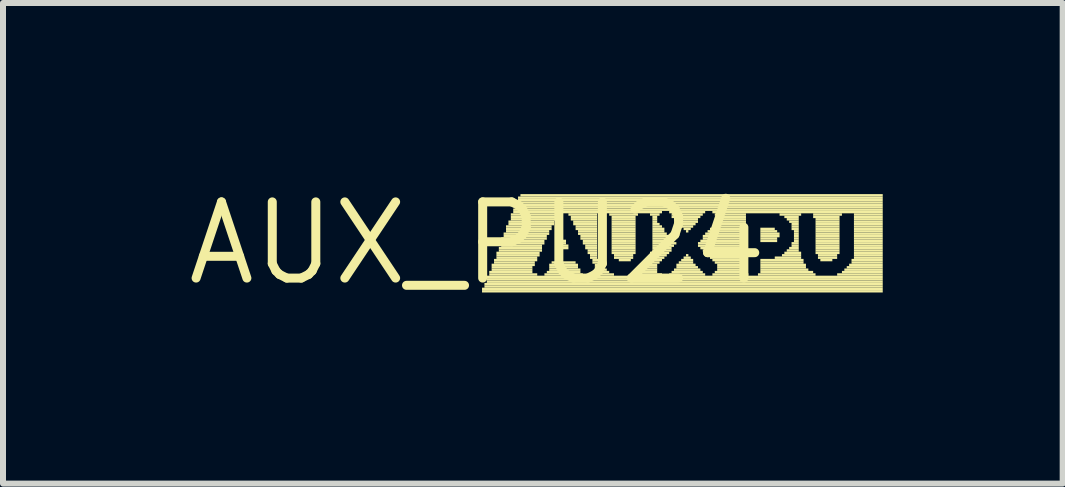
<source format=kicad_pcb>
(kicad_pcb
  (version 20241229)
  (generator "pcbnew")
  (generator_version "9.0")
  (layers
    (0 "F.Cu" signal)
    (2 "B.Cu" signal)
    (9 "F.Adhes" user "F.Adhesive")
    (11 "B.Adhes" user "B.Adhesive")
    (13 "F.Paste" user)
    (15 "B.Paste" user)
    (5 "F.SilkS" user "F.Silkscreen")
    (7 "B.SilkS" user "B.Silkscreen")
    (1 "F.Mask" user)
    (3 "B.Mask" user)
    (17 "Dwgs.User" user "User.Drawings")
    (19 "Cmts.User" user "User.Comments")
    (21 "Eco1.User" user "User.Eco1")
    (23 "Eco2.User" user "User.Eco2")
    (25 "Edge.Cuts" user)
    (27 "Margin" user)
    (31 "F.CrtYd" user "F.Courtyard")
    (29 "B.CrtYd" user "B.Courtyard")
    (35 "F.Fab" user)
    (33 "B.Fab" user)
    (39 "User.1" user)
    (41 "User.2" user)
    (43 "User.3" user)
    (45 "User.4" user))
  (footprint "AUX_PU24"
    (layer "F.Cu")
    (at 4.906 1.006)
    (property "Reference" "AUX_PU24" (at 0 0 0) (layer "F.SilkS") (effects (font (size 1.27 1.27) (thickness 0.15))))
    (attr through_hole)
    (fp_poly (pts (xy 0.08 0.78) (xy 6.76 0.78) (xy 6.76 0.74) (xy 0.08 0.74)) (stroke (width 0) (type solid)) (fill yes) (layer "F.SilkS"))
    (fp_poly (pts (xy 0.08 0.82) (xy 6.76 0.82) (xy 6.76 0.78) (xy 0.08 0.78)) (stroke (width 0) (type solid)) (fill yes) (layer "F.SilkS"))
    (fp_poly (pts (xy 0.12 0.7) (xy 6.76 0.7) (xy 6.76 0.66) (xy 0.12 0.66)) (stroke (width 0) (type solid)) (fill yes) (layer "F.SilkS"))
    (fp_poly (pts (xy 0.12 0.74) (xy 6.76 0.74) (xy 6.76 0.7) (xy 0.12 0.7)) (stroke (width 0) (type solid)) (fill yes) (layer "F.SilkS"))
    (fp_poly (pts (xy 0.16 0.58) (xy 6.76 0.58) (xy 6.76 0.54) (xy 0.16 0.54)) (stroke (width 0) (type solid)) (fill yes) (layer "F.SilkS"))
    (fp_poly (pts (xy 0.16 0.62) (xy 6.76 0.62) (xy 6.76 0.58) (xy 0.16 0.58)) (stroke (width 0) (type solid)) (fill yes) (layer "F.SilkS"))
    (fp_poly (pts (xy 0.16 0.66) (xy 6.76 0.66) (xy 6.76 0.62) (xy 0.16 0.62)) (stroke (width 0) (type solid)) (fill yes) (layer "F.SilkS"))
    (fp_poly (pts (xy 0.2 0.5) (xy 0.92 0.5) (xy 0.92 0.46) (xy 0.2 0.46)) (stroke (width 0) (type solid)) (fill yes) (layer "F.SilkS"))
    (fp_poly (pts (xy 0.2 0.54) (xy 1 0.54) (xy 1 0.5) (xy 0.2 0.5)) (stroke (width 0) (type solid)) (fill yes) (layer "F.SilkS"))
    (fp_poly (pts (xy 0.24 0.38) (xy 0.96 0.38) (xy 0.96 0.34) (xy 0.24 0.34)) (stroke (width 0) (type solid)) (fill yes) (layer "F.SilkS"))
    (fp_poly (pts (xy 0.24 0.42) (xy 0.92 0.42) (xy 0.92 0.38) (xy 0.24 0.38)) (stroke (width 0) (type solid)) (fill yes) (layer "F.SilkS"))
    (fp_poly (pts (xy 0.24 0.46) (xy 0.92 0.46) (xy 0.92 0.42) (xy 0.24 0.42)) (stroke (width 0) (type solid)) (fill yes) (layer "F.SilkS"))
    (fp_poly (pts (xy 0.28 0.3) (xy 1 0.3) (xy 1 0.26) (xy 0.28 0.26)) (stroke (width 0) (type solid)) (fill yes) (layer "F.SilkS"))
    (fp_poly (pts (xy 0.28 0.34) (xy 0.96 0.34) (xy 0.96 0.3) (xy 0.28 0.3)) (stroke (width 0) (type solid)) (fill yes) (layer "F.SilkS"))
    (fp_poly (pts (xy 0.32 0.18) (xy 1.04 0.18) (xy 1.04 0.14) (xy 0.32 0.14)) (stroke (width 0) (type solid)) (fill yes) (layer "F.SilkS"))
    (fp_poly (pts (xy 0.32 0.22) (xy 1.04 0.22) (xy 1.04 0.18) (xy 0.32 0.18)) (stroke (width 0) (type solid)) (fill yes) (layer "F.SilkS"))
    (fp_poly (pts (xy 0.32 0.26) (xy 1 0.26) (xy 1 0.22) (xy 0.32 0.22)) (stroke (width 0) (type solid)) (fill yes) (layer "F.SilkS"))
    (fp_poly (pts (xy 0.36 0.1) (xy 1.08 0.1) (xy 1.08 0.06) (xy 0.36 0.06)) (stroke (width 0) (type solid)) (fill yes) (layer "F.SilkS"))
    (fp_poly (pts (xy 0.36 0.14) (xy 1.08 0.14) (xy 1.08 0.1) (xy 0.36 0.1)) (stroke (width 0) (type solid)) (fill yes) (layer "F.SilkS"))
    (fp_poly (pts (xy 0.4 -0.06) (xy 1.16 -0.06) (xy 1.16 -0.1) (xy 0.4 -0.1)) (stroke (width 0) (type solid)) (fill yes) (layer "F.SilkS"))
    (fp_poly (pts (xy 0.4 -0.02) (xy 1.12 -0.02) (xy 1.12 -0.06) (xy 0.4 -0.06)) (stroke (width 0) (type solid)) (fill yes) (layer "F.SilkS"))
    (fp_poly (pts (xy 0.4 0.02) (xy 1.12 0.02) (xy 1.12 -0.02) (xy 0.4 -0.02)) (stroke (width 0) (type solid)) (fill yes) (layer "F.SilkS"))
    (fp_poly (pts (xy 0.4 0.06) (xy 1.08 0.06) (xy 1.08 0.02) (xy 0.4 0.02)) (stroke (width 0) (type solid)) (fill yes) (layer "F.SilkS"))
    (fp_poly (pts (xy 0.44 -0.14) (xy 1.2 -0.14) (xy 1.2 -0.18) (xy 0.44 -0.18)) (stroke (width 0) (type solid)) (fill yes) (layer "F.SilkS"))
    (fp_poly (pts (xy 0.44 -0.1) (xy 1.16 -0.1) (xy 1.16 -0.14) (xy 0.44 -0.14)) (stroke (width 0) (type solid)) (fill yes) (layer "F.SilkS"))
    (fp_poly (pts (xy 0.48 -0.26) (xy 1.24 -0.26) (xy 1.24 -0.3) (xy 0.48 -0.3)) (stroke (width 0) (type solid)) (fill yes) (layer "F.SilkS"))
    (fp_poly (pts (xy 0.48 -0.22) (xy 1.24 -0.22) (xy 1.24 -0.26) (xy 0.48 -0.26)) (stroke (width 0) (type solid)) (fill yes) (layer "F.SilkS"))
    (fp_poly (pts (xy 0.48 -0.18) (xy 1.2 -0.18) (xy 1.2 -0.22) (xy 0.48 -0.22)) (stroke (width 0) (type solid)) (fill yes) (layer "F.SilkS"))
    (fp_poly (pts (xy 0.52 -0.34) (xy 1.28 -0.34) (xy 1.28 -0.38) (xy 0.52 -0.38)) (stroke (width 0) (type solid)) (fill yes) (layer "F.SilkS"))
    (fp_poly (pts (xy 0.52 -0.3) (xy 1.28 -0.3) (xy 1.28 -0.34) (xy 0.52 -0.34)) (stroke (width 0) (type solid)) (fill yes) (layer "F.SilkS"))
    (fp_poly (pts (xy 0.56 -0.46) (xy 1.36 -0.46) (xy 1.36 -0.5) (xy 0.56 -0.5)) (stroke (width 0) (type solid)) (fill yes) (layer "F.SilkS"))
    (fp_poly (pts (xy 0.56 -0.42) (xy 1.32 -0.42) (xy 1.32 -0.46) (xy 0.56 -0.46)) (stroke (width 0) (type solid)) (fill yes) (layer "F.SilkS"))
    (fp_poly (pts (xy 0.56 -0.38) (xy 1.32 -0.38) (xy 1.32 -0.42) (xy 0.56 -0.42)) (stroke (width 0) (type solid)) (fill yes) (layer "F.SilkS"))
    (fp_poly (pts (xy 0.6 -0.54) (xy 6.76 -0.54) (xy 6.76 -0.58) (xy 0.6 -0.58)) (stroke (width 0) (type solid)) (fill yes) (layer "F.SilkS"))
    (fp_poly (pts (xy 0.6 -0.5) (xy 3.08 -0.5) (xy 3.08 -0.54) (xy 0.6 -0.54)) (stroke (width 0) (type solid)) (fill yes) (layer "F.SilkS"))
    (fp_poly (pts (xy 0.64 -0.66) (xy 6.76 -0.66) (xy 6.76 -0.7) (xy 0.64 -0.7)) (stroke (width 0) (type solid)) (fill yes) (layer "F.SilkS"))
    (fp_poly (pts (xy 0.64 -0.62) (xy 6.76 -0.62) (xy 6.76 -0.66) (xy 0.64 -0.66)) (stroke (width 0) (type solid)) (fill yes) (layer "F.SilkS"))
    (fp_poly (pts (xy 0.64 -0.58) (xy 6.76 -0.58) (xy 6.76 -0.62) (xy 0.64 -0.62)) (stroke (width 0) (type solid)) (fill yes) (layer "F.SilkS"))
    (fp_poly (pts (xy 0.68 -0.74) (xy 6.76 -0.74) (xy 6.76 -0.78) (xy 0.68 -0.78)) (stroke (width 0) (type solid)) (fill yes) (layer "F.SilkS"))
    (fp_poly (pts (xy 0.68 -0.7) (xy 6.76 -0.7) (xy 6.76 -0.74) (xy 0.68 -0.74)) (stroke (width 0) (type solid)) (fill yes) (layer "F.SilkS"))
    (fp_poly (pts (xy 0.72 -0.78) (xy 6.76 -0.78) (xy 6.76 -0.82) (xy 0.72 -0.82)) (stroke (width 0) (type solid)) (fill yes) (layer "F.SilkS"))
    (fp_poly (pts (xy 1.12 0.54) (xy 1.76 0.54) (xy 1.76 0.5) (xy 1.12 0.5)) (stroke (width 0) (type solid)) (fill yes) (layer "F.SilkS"))
    (fp_poly (pts (xy 1.16 0.5) (xy 1.72 0.5) (xy 1.72 0.46) (xy 1.16 0.46)) (stroke (width 0) (type solid)) (fill yes) (layer "F.SilkS"))
    (fp_poly (pts (xy 1.2 0.38) (xy 1.68 0.38) (xy 1.68 0.34) (xy 1.2 0.34)) (stroke (width 0) (type solid)) (fill yes) (layer "F.SilkS"))
    (fp_poly (pts (xy 1.2 0.42) (xy 1.68 0.42) (xy 1.68 0.38) (xy 1.2 0.38)) (stroke (width 0) (type solid)) (fill yes) (layer "F.SilkS"))
    (fp_poly (pts (xy 1.2 0.46) (xy 1.72 0.46) (xy 1.72 0.42) (xy 1.2 0.42)) (stroke (width 0) (type solid)) (fill yes) (layer "F.SilkS"))
    (fp_poly (pts (xy 1.24 0.34) (xy 1.64 0.34) (xy 1.64 0.3) (xy 1.24 0.3)) (stroke (width 0) (type solid)) (fill yes) (layer "F.SilkS"))
    (fp_poly (pts (xy 1.36 0.06) (xy 1.52 0.06) (xy 1.52 0.02) (xy 1.36 0.02)) (stroke (width 0) (type solid)) (fill yes) (layer "F.SilkS"))
    (fp_poly (pts (xy 1.36 0.1) (xy 1.52 0.1) (xy 1.52 0.06) (xy 1.36 0.06)) (stroke (width 0) (type solid)) (fill yes) (layer "F.SilkS"))
    (fp_poly (pts (xy 1.4 -0.02) (xy 1.48 -0.02) (xy 1.48 -0.06) (xy 1.4 -0.06)) (stroke (width 0) (type solid)) (fill yes) (layer "F.SilkS"))
    (fp_poly (pts (xy 1.4 0.02) (xy 1.48 0.02) (xy 1.48 -0.02) (xy 1.4 -0.02)) (stroke (width 0) (type solid)) (fill yes) (layer "F.SilkS"))
    (fp_poly (pts (xy 1.52 -0.46) (xy 2 -0.46) (xy 2 -0.5) (xy 1.52 -0.5)) (stroke (width 0) (type solid)) (fill yes) (layer "F.SilkS"))
    (fp_poly (pts (xy 1.56 -0.42) (xy 2 -0.42) (xy 2 -0.46) (xy 1.56 -0.46)) (stroke (width 0) (type solid)) (fill yes) (layer "F.SilkS"))
    (fp_poly (pts (xy 1.56 -0.38) (xy 2 -0.38) (xy 2 -0.42) (xy 1.56 -0.42)) (stroke (width 0) (type solid)) (fill yes) (layer "F.SilkS"))
    (fp_poly (pts (xy 1.6 -0.34) (xy 2 -0.34) (xy 2 -0.38) (xy 1.6 -0.38)) (stroke (width 0) (type solid)) (fill yes) (layer "F.SilkS"))
    (fp_poly (pts (xy 1.6 -0.3) (xy 2 -0.3) (xy 2 -0.34) (xy 1.6 -0.34)) (stroke (width 0) (type solid)) (fill yes) (layer "F.SilkS"))
    (fp_poly (pts (xy 1.64 -0.26) (xy 2 -0.26) (xy 2 -0.3) (xy 1.64 -0.3)) (stroke (width 0) (type solid)) (fill yes) (layer "F.SilkS"))
    (fp_poly (pts (xy 1.64 -0.22) (xy 2 -0.22) (xy 2 -0.26) (xy 1.64 -0.26)) (stroke (width 0) (type solid)) (fill yes) (layer "F.SilkS"))
    (fp_poly (pts (xy 1.68 -0.18) (xy 2 -0.18) (xy 2 -0.22) (xy 1.68 -0.22)) (stroke (width 0) (type solid)) (fill yes) (layer "F.SilkS"))
    (fp_poly (pts (xy 1.68 -0.14) (xy 2 -0.14) (xy 2 -0.18) (xy 1.68 -0.18)) (stroke (width 0) (type solid)) (fill yes) (layer "F.SilkS"))
    (fp_poly (pts (xy 1.72 -0.1) (xy 2 -0.1) (xy 2 -0.14) (xy 1.72 -0.14)) (stroke (width 0) (type solid)) (fill yes) (layer "F.SilkS"))
    (fp_poly (pts (xy 1.72 -0.06) (xy 2 -0.06) (xy 2 -0.1) (xy 1.72 -0.1)) (stroke (width 0) (type solid)) (fill yes) (layer "F.SilkS"))
    (fp_poly (pts (xy 1.76 -0.02) (xy 2 -0.02) (xy 2 -0.06) (xy 1.76 -0.06)) (stroke (width 0) (type solid)) (fill yes) (layer "F.SilkS"))
    (fp_poly (pts (xy 1.76 0.02) (xy 2 0.02) (xy 2 -0.02) (xy 1.76 -0.02)) (stroke (width 0) (type solid)) (fill yes) (layer "F.SilkS"))
    (fp_poly (pts (xy 1.8 0.06) (xy 2 0.06) (xy 2 0.02) (xy 1.8 0.02)) (stroke (width 0) (type solid)) (fill yes) (layer "F.SilkS"))
    (fp_poly (pts (xy 1.8 0.1) (xy 2 0.1) (xy 2 0.06) (xy 1.8 0.06)) (stroke (width 0) (type solid)) (fill yes) (layer "F.SilkS"))
    (fp_poly (pts (xy 1.84 0.14) (xy 2 0.14) (xy 2 0.1) (xy 1.84 0.1)) (stroke (width 0) (type solid)) (fill yes) (layer "F.SilkS"))
    (fp_poly (pts (xy 1.84 0.18) (xy 2 0.18) (xy 2 0.14) (xy 1.84 0.14)) (stroke (width 0) (type solid)) (fill yes) (layer "F.SilkS"))
    (fp_poly (pts (xy 1.88 0.22) (xy 2 0.22) (xy 2 0.18) (xy 1.88 0.18)) (stroke (width 0) (type solid)) (fill yes) (layer "F.SilkS"))
    (fp_poly (pts (xy 1.88 0.26) (xy 2 0.26) (xy 2 0.22) (xy 1.88 0.22)) (stroke (width 0) (type solid)) (fill yes) (layer "F.SilkS"))
    (fp_poly (pts (xy 1.92 0.3) (xy 2.04 0.3) (xy 2.04 0.26) (xy 1.92 0.26)) (stroke (width 0) (type solid)) (fill yes) (layer "F.SilkS"))
    (fp_poly (pts (xy 1.92 0.34) (xy 2.04 0.34) (xy 2.04 0.3) (xy 1.92 0.3)) (stroke (width 0) (type solid)) (fill yes) (layer "F.SilkS"))
    (fp_poly (pts (xy 1.92 0.54) (xy 2.28 0.54) (xy 2.28 0.5) (xy 1.92 0.5)) (stroke (width 0) (type solid)) (fill yes) (layer "F.SilkS"))
    (fp_poly (pts (xy 1.96 0.38) (xy 2.08 0.38) (xy 2.08 0.34) (xy 1.96 0.34)) (stroke (width 0) (type solid)) (fill yes) (layer "F.SilkS"))
    (fp_poly (pts (xy 1.96 0.42) (xy 2.12 0.42) (xy 2.12 0.38) (xy 1.96 0.38)) (stroke (width 0) (type solid)) (fill yes) (layer "F.SilkS"))
    (fp_poly (pts (xy 1.96 0.46) (xy 2.16 0.46) (xy 2.16 0.42) (xy 1.96 0.42)) (stroke (width 0) (type solid)) (fill yes) (layer "F.SilkS"))
    (fp_poly (pts (xy 1.96 0.5) (xy 2.2 0.5) (xy 2.2 0.46) (xy 1.96 0.46)) (stroke (width 0) (type solid)) (fill yes) (layer "F.SilkS"))
    (fp_poly (pts (xy 2.2 -0.46) (xy 2.68 -0.46) (xy 2.68 -0.5) (xy 2.2 -0.5)) (stroke (width 0) (type solid)) (fill yes) (layer "F.SilkS"))
    (fp_poly (pts (xy 2.24 -0.42) (xy 2.64 -0.42) (xy 2.64 -0.46) (xy 2.24 -0.46)) (stroke (width 0) (type solid)) (fill yes) (layer "F.SilkS"))
    (fp_poly (pts (xy 2.24 -0.38) (xy 2.64 -0.38) (xy 2.64 -0.42) (xy 2.24 -0.42)) (stroke (width 0) (type solid)) (fill yes) (layer "F.SilkS"))
    (fp_poly (pts (xy 2.24 -0.34) (xy 2.64 -0.34) (xy 2.64 -0.38) (xy 2.24 -0.38)) (stroke (width 0) (type solid)) (fill yes) (layer "F.SilkS"))
    (fp_poly (pts (xy 2.24 -0.3) (xy 2.64 -0.3) (xy 2.64 -0.34) (xy 2.24 -0.34)) (stroke (width 0) (type solid)) (fill yes) (layer "F.SilkS"))
    (fp_poly (pts (xy 2.24 -0.26) (xy 2.64 -0.26) (xy 2.64 -0.3) (xy 2.24 -0.3)) (stroke (width 0) (type solid)) (fill yes) (layer "F.SilkS"))
    (fp_poly (pts (xy 2.24 -0.22) (xy 2.64 -0.22) (xy 2.64 -0.26) (xy 2.24 -0.26)) (stroke (width 0) (type solid)) (fill yes) (layer "F.SilkS"))
    (fp_poly (pts (xy 2.24 -0.18) (xy 2.64 -0.18) (xy 2.64 -0.22) (xy 2.24 -0.22)) (stroke (width 0) (type solid)) (fill yes) (layer "F.SilkS"))
    (fp_poly (pts (xy 2.24 -0.14) (xy 2.64 -0.14) (xy 2.64 -0.18) (xy 2.24 -0.18)) (stroke (width 0) (type solid)) (fill yes) (layer "F.SilkS"))
    (fp_poly (pts (xy 2.24 -0.1) (xy 2.64 -0.1) (xy 2.64 -0.14) (xy 2.24 -0.14)) (stroke (width 0) (type solid)) (fill yes) (layer "F.SilkS"))
    (fp_poly (pts (xy 2.24 -0.06) (xy 2.64 -0.06) (xy 2.64 -0.1) (xy 2.24 -0.1)) (stroke (width 0) (type solid)) (fill yes) (layer "F.SilkS"))
    (fp_poly (pts (xy 2.24 -0.02) (xy 2.64 -0.02) (xy 2.64 -0.06) (xy 2.24 -0.06)) (stroke (width 0) (type solid)) (fill yes) (layer "F.SilkS"))
    (fp_poly (pts (xy 2.24 0.02) (xy 2.64 0.02) (xy 2.64 -0.02) (xy 2.24 -0.02)) (stroke (width 0) (type solid)) (fill yes) (layer "F.SilkS"))
    (fp_poly (pts (xy 2.24 0.06) (xy 2.64 0.06) (xy 2.64 0.02) (xy 2.24 0.02)) (stroke (width 0) (type solid)) (fill yes) (layer "F.SilkS"))
    (fp_poly (pts (xy 2.24 0.1) (xy 2.64 0.1) (xy 2.64 0.06) (xy 2.24 0.06)) (stroke (width 0) (type solid)) (fill yes) (layer "F.SilkS"))
    (fp_poly (pts (xy 2.24 0.14) (xy 2.64 0.14) (xy 2.64 0.1) (xy 2.24 0.1)) (stroke (width 0) (type solid)) (fill yes) (layer "F.SilkS"))
    (fp_poly (pts (xy 2.24 0.18) (xy 2.64 0.18) (xy 2.64 0.14) (xy 2.24 0.14)) (stroke (width 0) (type solid)) (fill yes) (layer "F.SilkS"))
    (fp_poly (pts (xy 2.28 0.22) (xy 2.6 0.22) (xy 2.6 0.18) (xy 2.28 0.18)) (stroke (width 0) (type solid)) (fill yes) (layer "F.SilkS"))
    (fp_poly (pts (xy 2.28 0.26) (xy 2.6 0.26) (xy 2.6 0.22) (xy 2.28 0.22)) (stroke (width 0) (type solid)) (fill yes) (layer "F.SilkS"))
    (fp_poly (pts (xy 2.36 0.3) (xy 2.56 0.3) (xy 2.56 0.26) (xy 2.36 0.26)) (stroke (width 0) (type solid)) (fill yes) (layer "F.SilkS"))
    (fp_poly (pts (xy 2.64 0.54) (xy 3.08 0.54) (xy 3.08 0.5) (xy 2.64 0.5)) (stroke (width 0) (type solid)) (fill yes) (layer "F.SilkS"))
    (fp_poly (pts (xy 2.68 0.5) (xy 3 0.5) (xy 3 0.46) (xy 2.68 0.46)) (stroke (width 0) (type solid)) (fill yes) (layer "F.SilkS"))
    (fp_poly (pts (xy 2.76 0.46) (xy 3 0.46) (xy 3 0.42) (xy 2.76 0.42)) (stroke (width 0) (type solid)) (fill yes) (layer "F.SilkS"))
    (fp_poly (pts (xy 2.8 0.38) (xy 3 0.38) (xy 3 0.34) (xy 2.8 0.34)) (stroke (width 0) (type solid)) (fill yes) (layer "F.SilkS"))
    (fp_poly (pts (xy 2.8 0.42) (xy 3 0.42) (xy 3 0.38) (xy 2.8 0.38)) (stroke (width 0) (type solid)) (fill yes) (layer "F.SilkS"))
    (fp_poly (pts (xy 2.84 0.3) (xy 3.08 0.3) (xy 3.08 0.26) (xy 2.84 0.26)) (stroke (width 0) (type solid)) (fill yes) (layer "F.SilkS"))
    (fp_poly (pts (xy 2.84 0.34) (xy 3.04 0.34) (xy 3.04 0.3) (xy 2.84 0.3)) (stroke (width 0) (type solid)) (fill yes) (layer "F.SilkS"))
    (fp_poly (pts (xy 2.88 -0.46) (xy 3.04 -0.46) (xy 3.04 -0.5) (xy 2.88 -0.5)) (stroke (width 0) (type solid)) (fill yes) (layer "F.SilkS"))
    (fp_poly (pts (xy 2.88 0.18) (xy 3.2 0.18) (xy 3.2 0.14) (xy 2.88 0.14)) (stroke (width 0) (type solid)) (fill yes) (layer "F.SilkS"))
    (fp_poly (pts (xy 2.88 0.22) (xy 3.16 0.22) (xy 3.16 0.18) (xy 2.88 0.18)) (stroke (width 0) (type solid)) (fill yes) (layer "F.SilkS"))
    (fp_poly (pts (xy 2.88 0.26) (xy 3.12 0.26) (xy 3.12 0.22) (xy 2.88 0.22)) (stroke (width 0) (type solid)) (fill yes) (layer "F.SilkS"))
    (fp_poly (pts (xy 2.92 -0.42) (xy 3 -0.42) (xy 3 -0.46) (xy 2.92 -0.46)) (stroke (width 0) (type solid)) (fill yes) (layer "F.SilkS"))
    (fp_poly (pts (xy 2.92 -0.38) (xy 3 -0.38) (xy 3 -0.42) (xy 2.92 -0.42)) (stroke (width 0) (type solid)) (fill yes) (layer "F.SilkS"))
    (fp_poly (pts (xy 2.92 -0.34) (xy 3 -0.34) (xy 3 -0.38) (xy 2.92 -0.38)) (stroke (width 0) (type solid)) (fill yes) (layer "F.SilkS"))
    (fp_poly (pts (xy 2.92 -0.3) (xy 3.04 -0.3) (xy 3.04 -0.34) (xy 2.92 -0.34)) (stroke (width 0) (type solid)) (fill yes) (layer "F.SilkS"))
    (fp_poly (pts (xy 2.92 -0.26) (xy 3.08 -0.26) (xy 3.08 -0.3) (xy 2.92 -0.3)) (stroke (width 0) (type solid)) (fill yes) (layer "F.SilkS"))
    (fp_poly (pts (xy 2.92 -0.22) (xy 3.12 -0.22) (xy 3.12 -0.26) (xy 2.92 -0.26)) (stroke (width 0) (type solid)) (fill yes) (layer "F.SilkS"))
    (fp_poly (pts (xy 2.92 -0.18) (xy 3.12 -0.18) (xy 3.12 -0.22) (xy 2.92 -0.22)) (stroke (width 0) (type solid)) (fill yes) (layer "F.SilkS"))
    (fp_poly (pts (xy 2.92 -0.14) (xy 3.16 -0.14) (xy 3.16 -0.18) (xy 2.92 -0.18)) (stroke (width 0) (type solid)) (fill yes) (layer "F.SilkS"))
    (fp_poly (pts (xy 2.92 -0.1) (xy 3.2 -0.1) (xy 3.2 -0.14) (xy 2.92 -0.14)) (stroke (width 0) (type solid)) (fill yes) (layer "F.SilkS"))
    (fp_poly (pts (xy 2.92 -0.06) (xy 3.24 -0.06) (xy 3.24 -0.1) (xy 2.92 -0.1)) (stroke (width 0) (type solid)) (fill yes) (layer "F.SilkS"))
    (fp_poly (pts (xy 2.92 -0.02) (xy 3.28 -0.02) (xy 3.28 -0.06) (xy 2.92 -0.06)) (stroke (width 0) (type solid)) (fill yes) (layer "F.SilkS"))
    (fp_poly (pts (xy 2.92 0.02) (xy 3.32 0.02) (xy 3.32 -0.02) (xy 2.92 -0.02)) (stroke (width 0) (type solid)) (fill yes) (layer "F.SilkS"))
    (fp_poly (pts (xy 2.92 0.06) (xy 3.28 0.06) (xy 3.28 0.02) (xy 2.92 0.02)) (stroke (width 0) (type solid)) (fill yes) (layer "F.SilkS"))
    (fp_poly (pts (xy 2.92 0.1) (xy 3.24 0.1) (xy 3.24 0.06) (xy 2.92 0.06)) (stroke (width 0) (type solid)) (fill yes) (layer "F.SilkS"))
    (fp_poly (pts (xy 2.92 0.14) (xy 3.24 0.14) (xy 3.24 0.1) (xy 2.92 0.1)) (stroke (width 0) (type solid)) (fill yes) (layer "F.SilkS"))
    (fp_poly (pts (xy 3.2 -0.5) (xy 3.8 -0.5) (xy 3.8 -0.54) (xy 3.2 -0.54)) (stroke (width 0) (type solid)) (fill yes) (layer "F.SilkS"))
    (fp_poly (pts (xy 3.2 0.54) (xy 3.8 0.54) (xy 3.8 0.5) (xy 3.2 0.5)) (stroke (width 0) (type solid)) (fill yes) (layer "F.SilkS"))
    (fp_poly (pts (xy 3.24 -0.46) (xy 3.76 -0.46) (xy 3.76 -0.5) (xy 3.24 -0.5)) (stroke (width 0) (type solid)) (fill yes) (layer "F.SilkS"))
    (fp_poly (pts (xy 3.24 -0.42) (xy 3.72 -0.42) (xy 3.72 -0.46) (xy 3.24 -0.46)) (stroke (width 0) (type solid)) (fill yes) (layer "F.SilkS"))
    (fp_poly (pts (xy 3.24 0.5) (xy 3.76 0.5) (xy 3.76 0.46) (xy 3.24 0.46)) (stroke (width 0) (type solid)) (fill yes) (layer "F.SilkS"))
    (fp_poly (pts (xy 3.28 -0.38) (xy 3.68 -0.38) (xy 3.68 -0.42) (xy 3.28 -0.42)) (stroke (width 0) (type solid)) (fill yes) (layer "F.SilkS"))
    (fp_poly (pts (xy 3.28 0.46) (xy 3.72 0.46) (xy 3.72 0.42) (xy 3.28 0.42)) (stroke (width 0) (type solid)) (fill yes) (layer "F.SilkS"))
    (fp_poly (pts (xy 3.32 -0.34) (xy 3.68 -0.34) (xy 3.68 -0.38) (xy 3.32 -0.38)) (stroke (width 0) (type solid)) (fill yes) (layer "F.SilkS"))
    (fp_poly (pts (xy 3.32 0.38) (xy 3.64 0.38) (xy 3.64 0.34) (xy 3.32 0.34)) (stroke (width 0) (type solid)) (fill yes) (layer "F.SilkS"))
    (fp_poly (pts (xy 3.32 0.42) (xy 3.68 0.42) (xy 3.68 0.38) (xy 3.32 0.38)) (stroke (width 0) (type solid)) (fill yes) (layer "F.SilkS"))
    (fp_poly (pts (xy 3.36 -0.3) (xy 3.64 -0.3) (xy 3.64 -0.34) (xy 3.36 -0.34)) (stroke (width 0) (type solid)) (fill yes) (layer "F.SilkS"))
    (fp_poly (pts (xy 3.36 0.34) (xy 3.6 0.34) (xy 3.6 0.3) (xy 3.36 0.3)) (stroke (width 0) (type solid)) (fill yes) (layer "F.SilkS"))
    (fp_poly (pts (xy 3.4 -0.26) (xy 3.6 -0.26) (xy 3.6 -0.3) (xy 3.4 -0.3)) (stroke (width 0) (type solid)) (fill yes) (layer "F.SilkS"))
    (fp_poly (pts (xy 3.4 0.3) (xy 3.6 0.3) (xy 3.6 0.26) (xy 3.4 0.26)) (stroke (width 0) (type solid)) (fill yes) (layer "F.SilkS"))
    (fp_poly (pts (xy 3.44 -0.22) (xy 3.56 -0.22) (xy 3.56 -0.26) (xy 3.44 -0.26)) (stroke (width 0) (type solid)) (fill yes) (layer "F.SilkS"))
    (fp_poly (pts (xy 3.44 0.26) (xy 3.56 0.26) (xy 3.56 0.22) (xy 3.44 0.22)) (stroke (width 0) (type solid)) (fill yes) (layer "F.SilkS"))
    (fp_poly (pts (xy 3.48 -0.18) (xy 3.52 -0.18) (xy 3.52 -0.22) (xy 3.48 -0.22)) (stroke (width 0) (type solid)) (fill yes) (layer "F.SilkS"))
    (fp_poly (pts (xy 3.48 0.22) (xy 3.52 0.22) (xy 3.52 0.18) (xy 3.48 0.18)) (stroke (width 0) (type solid)) (fill yes) (layer "F.SilkS"))
    (fp_poly (pts (xy 3.68 0.02) (xy 4.48 0.02) (xy 4.48 -0.02) (xy 3.68 -0.02)) (stroke (width 0) (type solid)) (fill yes) (layer "F.SilkS"))
    (fp_poly (pts (xy 3.68 0.06) (xy 4.48 0.06) (xy 4.48 0.02) (xy 3.68 0.02)) (stroke (width 0) (type solid)) (fill yes) (layer "F.SilkS"))
    (fp_poly (pts (xy 3.72 -0.02) (xy 4.48 -0.02) (xy 4.48 -0.06) (xy 3.72 -0.06)) (stroke (width 0) (type solid)) (fill yes) (layer "F.SilkS"))
    (fp_poly (pts (xy 3.72 0.1) (xy 4.48 0.1) (xy 4.48 0.06) (xy 3.72 0.06)) (stroke (width 0) (type solid)) (fill yes) (layer "F.SilkS"))
    (fp_poly (pts (xy 3.76 -0.1) (xy 4.48 -0.1) (xy 4.48 -0.14) (xy 3.76 -0.14)) (stroke (width 0) (type solid)) (fill yes) (layer "F.SilkS"))
    (fp_poly (pts (xy 3.76 -0.06) (xy 4.48 -0.06) (xy 4.48 -0.1) (xy 3.76 -0.1)) (stroke (width 0) (type solid)) (fill yes) (layer "F.SilkS"))
    (fp_poly (pts (xy 3.76 0.14) (xy 4.48 0.14) (xy 4.48 0.1) (xy 3.76 0.1)) (stroke (width 0) (type solid)) (fill yes) (layer "F.SilkS"))
    (fp_poly (pts (xy 3.8 -0.14) (xy 4.48 -0.14) (xy 4.48 -0.18) (xy 3.8 -0.18)) (stroke (width 0) (type solid)) (fill yes) (layer "F.SilkS"))
    (fp_poly (pts (xy 3.8 0.18) (xy 4.48 0.18) (xy 4.48 0.14) (xy 3.8 0.14)) (stroke (width 0) (type solid)) (fill yes) (layer "F.SilkS"))
    (fp_poly (pts (xy 3.84 -0.18) (xy 4.48 -0.18) (xy 4.48 -0.22) (xy 3.84 -0.22)) (stroke (width 0) (type solid)) (fill yes) (layer "F.SilkS"))
    (fp_poly (pts (xy 3.84 0.22) (xy 4.48 0.22) (xy 4.48 0.18) (xy 3.84 0.18)) (stroke (width 0) (type solid)) (fill yes) (layer "F.SilkS"))
    (fp_poly (pts (xy 3.88 -0.22) (xy 4.48 -0.22) (xy 4.48 -0.26) (xy 3.88 -0.26)) (stroke (width 0) (type solid)) (fill yes) (layer "F.SilkS"))
    (fp_poly (pts (xy 3.88 0.26) (xy 4.48 0.26) (xy 4.48 0.22) (xy 3.88 0.22)) (stroke (width 0) (type solid)) (fill yes) (layer "F.SilkS"))
    (fp_poly (pts (xy 3.92 -0.5) (xy 6.76 -0.5) (xy 6.76 -0.54) (xy 3.92 -0.54)) (stroke (width 0) (type solid)) (fill yes) (layer "F.SilkS"))
    (fp_poly (pts (xy 3.92 -0.26) (xy 4.48 -0.26) (xy 4.48 -0.3) (xy 3.92 -0.3)) (stroke (width 0) (type solid)) (fill yes) (layer "F.SilkS"))
    (fp_poly (pts (xy 3.92 0.3) (xy 4.48 0.3) (xy 4.48 0.26) (xy 3.92 0.26)) (stroke (width 0) (type solid)) (fill yes) (layer "F.SilkS"))
    (fp_poly (pts (xy 3.92 0.54) (xy 4.52 0.54) (xy 4.52 0.5) (xy 3.92 0.5)) (stroke (width 0) (type solid)) (fill yes) (layer "F.SilkS"))
    (fp_poly (pts (xy 3.96 -0.46) (xy 4.48 -0.46) (xy 4.48 -0.5) (xy 3.96 -0.5)) (stroke (width 0) (type solid)) (fill yes) (layer "F.SilkS"))
    (fp_poly (pts (xy 3.96 -0.3) (xy 4.48 -0.3) (xy 4.48 -0.34) (xy 3.96 -0.34)) (stroke (width 0) (type solid)) (fill yes) (layer "F.SilkS"))
    (fp_poly (pts (xy 3.96 0.34) (xy 4.48 0.34) (xy 4.48 0.3) (xy 3.96 0.3)) (stroke (width 0) (type solid)) (fill yes) (layer "F.SilkS"))
    (fp_poly (pts (xy 3.96 0.5) (xy 4.48 0.5) (xy 4.48 0.46) (xy 3.96 0.46)) (stroke (width 0) (type solid)) (fill yes) (layer "F.SilkS"))
    (fp_poly (pts (xy 4 -0.42) (xy 4.48 -0.42) (xy 4.48 -0.46) (xy 4 -0.46)) (stroke (width 0) (type solid)) (fill yes) (layer "F.SilkS"))
    (fp_poly (pts (xy 4 -0.38) (xy 4.48 -0.38) (xy 4.48 -0.42) (xy 4 -0.42)) (stroke (width 0) (type solid)) (fill yes) (layer "F.SilkS"))
    (fp_poly (pts (xy 4 -0.34) (xy 4.48 -0.34) (xy 4.48 -0.38) (xy 4 -0.38)) (stroke (width 0) (type solid)) (fill yes) (layer "F.SilkS"))
    (fp_poly (pts (xy 4 0.38) (xy 4.48 0.38) (xy 4.48 0.34) (xy 4 0.34)) (stroke (width 0) (type solid)) (fill yes) (layer "F.SilkS"))
    (fp_poly (pts (xy 4 0.42) (xy 4.48 0.42) (xy 4.48 0.38) (xy 4 0.38)) (stroke (width 0) (type solid)) (fill yes) (layer "F.SilkS"))
    (fp_poly (pts (xy 4 0.46) (xy 4.48 0.46) (xy 4.48 0.42) (xy 4 0.42)) (stroke (width 0) (type solid)) (fill yes) (layer "F.SilkS"))
    (fp_poly (pts (xy 4.68 0.54) (xy 5.64 0.54) (xy 5.64 0.5) (xy 4.68 0.5)) (stroke (width 0) (type solid)) (fill yes) (layer "F.SilkS"))
    (fp_poly (pts (xy 4.72 -0.22) (xy 4.96 -0.22) (xy 4.96 -0.26) (xy 4.72 -0.26)) (stroke (width 0) (type solid)) (fill yes) (layer "F.SilkS"))
    (fp_poly (pts (xy 4.72 -0.18) (xy 5 -0.18) (xy 5 -0.22) (xy 4.72 -0.22)) (stroke (width 0) (type solid)) (fill yes) (layer "F.SilkS"))
    (fp_poly (pts (xy 4.72 -0.14) (xy 5.04 -0.14) (xy 5.04 -0.18) (xy 4.72 -0.18)) (stroke (width 0) (type solid)) (fill yes) (layer "F.SilkS"))
    (fp_poly (pts (xy 4.72 -0.1) (xy 5.04 -0.1) (xy 5.04 -0.14) (xy 4.72 -0.14)) (stroke (width 0) (type solid)) (fill yes) (layer "F.SilkS"))
    (fp_poly (pts (xy 4.72 -0.06) (xy 5 -0.06) (xy 5 -0.1) (xy 4.72 -0.1)) (stroke (width 0) (type solid)) (fill yes) (layer "F.SilkS"))
    (fp_poly (pts (xy 4.72 -0.02) (xy 5 -0.02) (xy 5 -0.06) (xy 4.72 -0.06)) (stroke (width 0) (type solid)) (fill yes) (layer "F.SilkS"))
    (fp_poly (pts (xy 4.72 0.3) (xy 5.44 0.3) (xy 5.44 0.26) (xy 4.72 0.26)) (stroke (width 0) (type solid)) (fill yes) (layer "F.SilkS"))
    (fp_poly (pts (xy 4.72 0.34) (xy 5.44 0.34) (xy 5.44 0.3) (xy 4.72 0.3)) (stroke (width 0) (type solid)) (fill yes) (layer "F.SilkS"))
    (fp_poly (pts (xy 4.72 0.38) (xy 5.48 0.38) (xy 5.48 0.34) (xy 4.72 0.34)) (stroke (width 0) (type solid)) (fill yes) (layer "F.SilkS"))
    (fp_poly (pts (xy 4.72 0.42) (xy 5.48 0.42) (xy 5.48 0.38) (xy 4.72 0.38)) (stroke (width 0) (type solid)) (fill yes) (layer "F.SilkS"))
    (fp_poly (pts (xy 4.72 0.46) (xy 5.52 0.46) (xy 5.52 0.42) (xy 4.72 0.42)) (stroke (width 0) (type solid)) (fill yes) (layer "F.SilkS"))
    (fp_poly (pts (xy 4.72 0.5) (xy 5.6 0.5) (xy 5.6 0.46) (xy 4.72 0.46)) (stroke (width 0) (type solid)) (fill yes) (layer "F.SilkS"))
    (fp_poly (pts (xy 4.96 0.26) (xy 5.4 0.26) (xy 5.4 0.22) (xy 4.96 0.22)) (stroke (width 0) (type solid)) (fill yes) (layer "F.SilkS"))
    (fp_poly (pts (xy 5.04 -0.46) (xy 5.4 -0.46) (xy 5.4 -0.5) (xy 5.04 -0.5)) (stroke (width 0) (type solid)) (fill yes) (layer "F.SilkS"))
    (fp_poly (pts (xy 5.08 0.22) (xy 5.4 0.22) (xy 5.4 0.18) (xy 5.08 0.18)) (stroke (width 0) (type solid)) (fill yes) (layer "F.SilkS"))
    (fp_poly (pts (xy 5.12 -0.42) (xy 5.36 -0.42) (xy 5.36 -0.46) (xy 5.12 -0.46)) (stroke (width 0) (type solid)) (fill yes) (layer "F.SilkS"))
    (fp_poly (pts (xy 5.12 0.18) (xy 5.4 0.18) (xy 5.4 0.14) (xy 5.12 0.14)) (stroke (width 0) (type solid)) (fill yes) (layer "F.SilkS"))
    (fp_poly (pts (xy 5.16 -0.38) (xy 5.36 -0.38) (xy 5.36 -0.42) (xy 5.16 -0.42)) (stroke (width 0) (type solid)) (fill yes) (layer "F.SilkS"))
    (fp_poly (pts (xy 5.16 0.14) (xy 5.36 0.14) (xy 5.36 0.1) (xy 5.16 0.1)) (stroke (width 0) (type solid)) (fill yes) (layer "F.SilkS"))
    (fp_poly (pts (xy 5.2 -0.34) (xy 5.36 -0.34) (xy 5.36 -0.38) (xy 5.2 -0.38)) (stroke (width 0) (type solid)) (fill yes) (layer "F.SilkS"))
    (fp_poly (pts (xy 5.2 0.1) (xy 5.36 0.1) (xy 5.36 0.06) (xy 5.2 0.06)) (stroke (width 0) (type solid)) (fill yes) (layer "F.SilkS"))
    (fp_poly (pts (xy 5.24 -0.3) (xy 5.36 -0.3) (xy 5.36 -0.34) (xy 5.24 -0.34)) (stroke (width 0) (type solid)) (fill yes) (layer "F.SilkS"))
    (fp_poly (pts (xy 5.24 -0.26) (xy 5.36 -0.26) (xy 5.36 -0.3) (xy 5.24 -0.3)) (stroke (width 0) (type solid)) (fill yes) (layer "F.SilkS"))
    (fp_poly (pts (xy 5.24 -0.22) (xy 5.36 -0.22) (xy 5.36 -0.26) (xy 5.24 -0.26)) (stroke (width 0) (type solid)) (fill yes) (layer "F.SilkS"))
    (fp_poly (pts (xy 5.24 0.02) (xy 5.36 0.02) (xy 5.36 -0.02) (xy 5.24 -0.02)) (stroke (width 0) (type solid)) (fill yes) (layer "F.SilkS"))
    (fp_poly (pts (xy 5.24 0.06) (xy 5.36 0.06) (xy 5.36 0.02) (xy 5.24 0.02)) (stroke (width 0) (type solid)) (fill yes) (layer "F.SilkS"))
    (fp_poly (pts (xy 5.28 -0.18) (xy 5.36 -0.18) (xy 5.36 -0.22) (xy 5.28 -0.22)) (stroke (width 0) (type solid)) (fill yes) (layer "F.SilkS"))
    (fp_poly (pts (xy 5.28 -0.14) (xy 5.36 -0.14) (xy 5.36 -0.18) (xy 5.28 -0.18)) (stroke (width 0) (type solid)) (fill yes) (layer "F.SilkS"))
    (fp_poly (pts (xy 5.28 -0.1) (xy 5.36 -0.1) (xy 5.36 -0.14) (xy 5.28 -0.14)) (stroke (width 0) (type solid)) (fill yes) (layer "F.SilkS"))
    (fp_poly (pts (xy 5.28 -0.06) (xy 5.36 -0.06) (xy 5.36 -0.1) (xy 5.28 -0.1)) (stroke (width 0) (type solid)) (fill yes) (layer "F.SilkS"))
    (fp_poly (pts (xy 5.28 -0.02) (xy 5.36 -0.02) (xy 5.36 -0.06) (xy 5.28 -0.06)) (stroke (width 0) (type solid)) (fill yes) (layer "F.SilkS"))
    (fp_poly (pts (xy 5.6 -0.46) (xy 6.08 -0.46) (xy 6.08 -0.5) (xy 5.6 -0.5)) (stroke (width 0) (type solid)) (fill yes) (layer "F.SilkS"))
    (fp_poly (pts (xy 5.6 -0.42) (xy 6.04 -0.42) (xy 6.04 -0.46) (xy 5.6 -0.46)) (stroke (width 0) (type solid)) (fill yes) (layer "F.SilkS"))
    (fp_poly (pts (xy 5.64 -0.38) (xy 6.04 -0.38) (xy 6.04 -0.42) (xy 5.64 -0.42)) (stroke (width 0) (type solid)) (fill yes) (layer "F.SilkS"))
    (fp_poly (pts (xy 5.64 -0.34) (xy 6.04 -0.34) (xy 6.04 -0.38) (xy 5.64 -0.38)) (stroke (width 0) (type solid)) (fill yes) (layer "F.SilkS"))
    (fp_poly (pts (xy 5.64 -0.3) (xy 6.04 -0.3) (xy 6.04 -0.34) (xy 5.64 -0.34)) (stroke (width 0) (type solid)) (fill yes) (layer "F.SilkS"))
    (fp_poly (pts (xy 5.64 -0.26) (xy 6.04 -0.26) (xy 6.04 -0.3) (xy 5.64 -0.3)) (stroke (width 0) (type solid)) (fill yes) (layer "F.SilkS"))
    (fp_poly (pts (xy 5.64 -0.22) (xy 6.04 -0.22) (xy 6.04 -0.26) (xy 5.64 -0.26)) (stroke (width 0) (type solid)) (fill yes) (layer "F.SilkS"))
    (fp_poly (pts (xy 5.64 -0.18) (xy 6.04 -0.18) (xy 6.04 -0.22) (xy 5.64 -0.22)) (stroke (width 0) (type solid)) (fill yes) (layer "F.SilkS"))
    (fp_poly (pts (xy 5.64 -0.14) (xy 6.04 -0.14) (xy 6.04 -0.18) (xy 5.64 -0.18)) (stroke (width 0) (type solid)) (fill yes) (layer "F.SilkS"))
    (fp_poly (pts (xy 5.64 -0.1) (xy 6.04 -0.1) (xy 6.04 -0.14) (xy 5.64 -0.14)) (stroke (width 0) (type solid)) (fill yes) (layer "F.SilkS"))
    (fp_poly (pts (xy 5.64 -0.06) (xy 6.04 -0.06) (xy 6.04 -0.1) (xy 5.64 -0.1)) (stroke (width 0) (type solid)) (fill yes) (layer "F.SilkS"))
    (fp_poly (pts (xy 5.64 -0.02) (xy 6.04 -0.02) (xy 6.04 -0.06) (xy 5.64 -0.06)) (stroke (width 0) (type solid)) (fill yes) (layer "F.SilkS"))
    (fp_poly (pts (xy 5.64 0.02) (xy 6.04 0.02) (xy 6.04 -0.02) (xy 5.64 -0.02)) (stroke (width 0) (type solid)) (fill yes) (layer "F.SilkS"))
    (fp_poly (pts (xy 5.64 0.06) (xy 6.04 0.06) (xy 6.04 0.02) (xy 5.64 0.02)) (stroke (width 0) (type solid)) (fill yes) (layer "F.SilkS"))
    (fp_poly (pts (xy 5.64 0.1) (xy 6.04 0.1) (xy 6.04 0.06) (xy 5.64 0.06)) (stroke (width 0) (type solid)) (fill yes) (layer "F.SilkS"))
    (fp_poly (pts (xy 5.64 0.14) (xy 6.04 0.14) (xy 6.04 0.1) (xy 5.64 0.1)) (stroke (width 0) (type solid)) (fill yes) (layer "F.SilkS"))
    (fp_poly (pts (xy 5.64 0.18) (xy 6.04 0.18) (xy 6.04 0.14) (xy 5.64 0.14)) (stroke (width 0) (type solid)) (fill yes) (layer "F.SilkS"))
    (fp_poly (pts (xy 5.68 0.22) (xy 6 0.22) (xy 6 0.18) (xy 5.68 0.18)) (stroke (width 0) (type solid)) (fill yes) (layer "F.SilkS"))
    (fp_poly (pts (xy 5.68 0.26) (xy 6 0.26) (xy 6 0.22) (xy 5.68 0.22)) (stroke (width 0) (type solid)) (fill yes) (layer "F.SilkS"))
    (fp_poly (pts (xy 5.72 0.3) (xy 5.92 0.3) (xy 5.92 0.26) (xy 5.72 0.26)) (stroke (width 0) (type solid)) (fill yes) (layer "F.SilkS"))
    (fp_poly (pts (xy 6 0.54) (xy 6.76 0.54) (xy 6.76 0.5) (xy 6 0.5)) (stroke (width 0) (type solid)) (fill yes) (layer "F.SilkS"))
    (fp_poly (pts (xy 6.08 0.5) (xy 6.76 0.5) (xy 6.76 0.46) (xy 6.08 0.46)) (stroke (width 0) (type solid)) (fill yes) (layer "F.SilkS"))
    (fp_poly (pts (xy 6.12 0.46) (xy 6.76 0.46) (xy 6.76 0.42) (xy 6.12 0.42)) (stroke (width 0) (type solid)) (fill yes) (layer "F.SilkS"))
    (fp_poly (pts (xy 6.16 0.42) (xy 6.76 0.42) (xy 6.76 0.38) (xy 6.16 0.38)) (stroke (width 0) (type solid)) (fill yes) (layer "F.SilkS"))
    (fp_poly (pts (xy 6.2 0.38) (xy 6.76 0.38) (xy 6.76 0.34) (xy 6.2 0.34)) (stroke (width 0) (type solid)) (fill yes) (layer "F.SilkS"))
    (fp_poly (pts (xy 6.24 0.3) (xy 6.76 0.3) (xy 6.76 0.26) (xy 6.24 0.26)) (stroke (width 0) (type solid)) (fill yes) (layer "F.SilkS"))
    (fp_poly (pts (xy 6.24 0.34) (xy 6.76 0.34) (xy 6.76 0.3) (xy 6.24 0.3)) (stroke (width 0) (type solid)) (fill yes) (layer "F.SilkS"))
    (fp_poly (pts (xy 6.28 -0.46) (xy 6.76 -0.46) (xy 6.76 -0.5) (xy 6.28 -0.5)) (stroke (width 0) (type solid)) (fill yes) (layer "F.SilkS"))
    (fp_poly (pts (xy 6.28 -0.42) (xy 6.76 -0.42) (xy 6.76 -0.46) (xy 6.28 -0.46)) (stroke (width 0) (type solid)) (fill yes) (layer "F.SilkS"))
    (fp_poly (pts (xy 6.28 -0.38) (xy 6.76 -0.38) (xy 6.76 -0.42) (xy 6.28 -0.42)) (stroke (width 0) (type solid)) (fill yes) (layer "F.SilkS"))
    (fp_poly (pts (xy 6.28 -0.34) (xy 6.76 -0.34) (xy 6.76 -0.38) (xy 6.28 -0.38)) (stroke (width 0) (type solid)) (fill yes) (layer "F.SilkS"))
    (fp_poly (pts (xy 6.28 -0.3) (xy 6.76 -0.3) (xy 6.76 -0.34) (xy 6.28 -0.34)) (stroke (width 0) (type solid)) (fill yes) (layer "F.SilkS"))
    (fp_poly (pts (xy 6.28 -0.26) (xy 6.76 -0.26) (xy 6.76 -0.3) (xy 6.28 -0.3)) (stroke (width 0) (type solid)) (fill yes) (layer "F.SilkS"))
    (fp_poly (pts (xy 6.28 -0.22) (xy 6.76 -0.22) (xy 6.76 -0.26) (xy 6.28 -0.26)) (stroke (width 0) (type solid)) (fill yes) (layer "F.SilkS"))
    (fp_poly (pts (xy 6.28 -0.18) (xy 6.76 -0.18) (xy 6.76 -0.22) (xy 6.28 -0.22)) (stroke (width 0) (type solid)) (fill yes) (layer "F.SilkS"))
    (fp_poly (pts (xy 6.28 -0.14) (xy 6.76 -0.14) (xy 6.76 -0.18) (xy 6.28 -0.18)) (stroke (width 0) (type solid)) (fill yes) (layer "F.SilkS"))
    (fp_poly (pts (xy 6.28 -0.1) (xy 6.76 -0.1) (xy 6.76 -0.14) (xy 6.28 -0.14)) (stroke (width 0) (type solid)) (fill yes) (layer "F.SilkS"))
    (fp_poly (pts (xy 6.28 -0.06) (xy 6.76 -0.06) (xy 6.76 -0.1) (xy 6.28 -0.1)) (stroke (width 0) (type solid)) (fill yes) (layer "F.SilkS"))
    (fp_poly (pts (xy 6.28 -0.02) (xy 6.76 -0.02) (xy 6.76 -0.06) (xy 6.28 -0.06)) (stroke (width 0) (type solid)) (fill yes) (layer "F.SilkS"))
    (fp_poly (pts (xy 6.28 0.02) (xy 6.76 0.02) (xy 6.76 -0.02) (xy 6.28 -0.02)) (stroke (width 0) (type solid)) (fill yes) (layer "F.SilkS"))
    (fp_poly (pts (xy 6.28 0.06) (xy 6.76 0.06) (xy 6.76 0.02) (xy 6.28 0.02)) (stroke (width 0) (type solid)) (fill yes) (layer "F.SilkS"))
    (fp_poly (pts (xy 6.28 0.1) (xy 6.76 0.1) (xy 6.76 0.06) (xy 6.28 0.06)) (stroke (width 0) (type solid)) (fill yes) (layer "F.SilkS"))
    (fp_poly (pts (xy 6.28 0.14) (xy 6.76 0.14) (xy 6.76 0.1) (xy 6.28 0.1)) (stroke (width 0) (type solid)) (fill yes) (layer "F.SilkS"))
    (fp_poly (pts (xy 6.28 0.18) (xy 6.76 0.18) (xy 6.76 0.14) (xy 6.28 0.14)) (stroke (width 0) (type solid)) (fill yes) (layer "F.SilkS"))
    (fp_poly (pts (xy 6.28 0.22) (xy 6.76 0.22) (xy 6.76 0.18) (xy 6.28 0.18)) (stroke (width 0) (type solid)) (fill yes) (layer "F.SilkS"))
    (fp_poly (pts (xy 6.28 0.26) (xy 6.76 0.26) (xy 6.76 0.22) (xy 6.28 0.22)) (stroke (width 0) (type solid)) (fill yes) (layer "F.SilkS")))
  (gr_rect
    (start -3 -3)
    (end 14.666 5.012)
    (stroke (width 0.1) (type default))
    (fill no)
    (layer "Edge.Cuts")))
</source>
